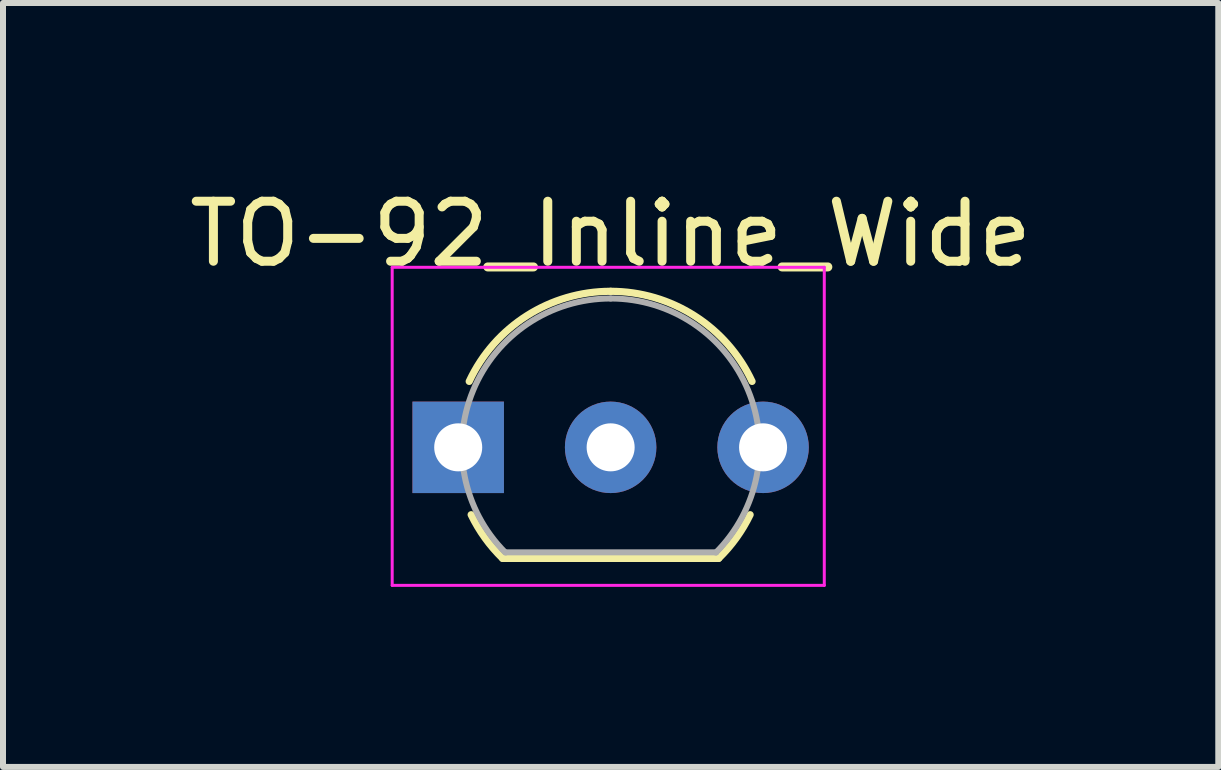
<source format=kicad_pcb>
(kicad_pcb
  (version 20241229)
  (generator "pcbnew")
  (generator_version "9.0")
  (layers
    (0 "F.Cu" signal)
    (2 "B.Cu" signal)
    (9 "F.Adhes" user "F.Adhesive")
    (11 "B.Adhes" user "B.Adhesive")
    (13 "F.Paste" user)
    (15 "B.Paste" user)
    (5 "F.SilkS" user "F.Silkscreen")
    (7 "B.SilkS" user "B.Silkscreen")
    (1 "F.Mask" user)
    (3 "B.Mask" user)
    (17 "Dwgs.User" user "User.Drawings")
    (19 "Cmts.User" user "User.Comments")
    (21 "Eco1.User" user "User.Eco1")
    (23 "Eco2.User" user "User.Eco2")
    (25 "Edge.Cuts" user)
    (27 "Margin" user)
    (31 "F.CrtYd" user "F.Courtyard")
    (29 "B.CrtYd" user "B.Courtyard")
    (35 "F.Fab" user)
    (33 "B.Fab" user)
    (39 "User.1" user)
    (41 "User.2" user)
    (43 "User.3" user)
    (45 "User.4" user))
  (footprint "TO-92_Inline_Wide"
    (layer "F.Cu")
    (at 4.585 4.404)
    (property "Reference" "TO-92_Inline_Wide" (at 2.54 -3.556 180) (layer "F.SilkS") (effects (font (size 1 1) (thickness 0.15))))
    (attr through_hole)
    (fp_line (start 0.74 1.85) (end 4.34 1.85) (stroke (width 0.12) (type solid)) (layer "F.SilkS"))
    (fp_arc (start 0.1836 -1.098807) (mid 1.143021 -2.192817) (end 2.54 -2.6) (stroke (width 0.12) (type solid)) (layer "F.SilkS"))
    (fp_arc (start 0.74 1.85) (mid 0.446097 1.509328) (end 0.215816 1.122795) (stroke (width 0.12) (type solid)) (layer "F.SilkS"))
    (fp_arc (start 2.54 -2.6) (mid 3.936979 -2.192818) (end 4.8964 -1.098807) (stroke (width 0.12) (type solid)) (layer "F.SilkS"))
    (fp_arc (start 4.864184 1.122795) (mid 4.633903 1.509328) (end 4.34 1.85) (stroke (width 0.12) (type solid)) (layer "F.SilkS"))
    (fp_line (start -1.1 -3) (end 6.1 -3) (stroke (width 0.05) (type solid)) (layer "F.CrtYd"))
    (fp_line (start -1.1 2.3) (end -1.1 -3) (stroke (width 0.05) (type solid)) (layer "F.CrtYd"))
    (fp_line (start 6.1 -3) (end 6.1 2.3) (stroke (width 0.05) (type solid)) (layer "F.CrtYd"))
    (fp_line (start 6.1 2.3) (end -1.1 2.3) (stroke (width 0.05) (type solid)) (layer "F.CrtYd"))
    (fp_line (start 0.8 1.75) (end 4.3 1.75) (stroke (width 0.1) (type solid)) (layer "F.Fab"))
    (fp_arc (start 0.786375 1.753625) (mid 0.248779 -0.949055) (end 2.54 -2.48) (stroke (width 0.1) (type solid)) (layer "F.Fab"))
    (fp_arc (start 2.54 -2.48) (mid 4.831221 -0.949055) (end 4.293625 1.753625) (stroke (width 0.1) (type solid)) (layer "F.Fab"))
    (pad "1" thru_hole rect (at 0 0 90) (size 1.524 1.524) (drill 0.8) (layers "*.Cu" "*.Mask"))
    (pad "2" thru_hole circle (at 2.54 0 90) (size 1.524 1.524) (drill 0.8) (layers "*.Cu" "*.Mask"))
    (pad "3" thru_hole circle (at 5.08 0 90) (size 1.524 1.524) (drill 0.8) (layers "*.Cu" "*.Mask")))
  (gr_rect
    (start -3 -3)
    (end 17.25 9.729)
    (stroke (width 0.1) (type default))
    (fill no)
    (layer "Edge.Cuts")))
</source>
